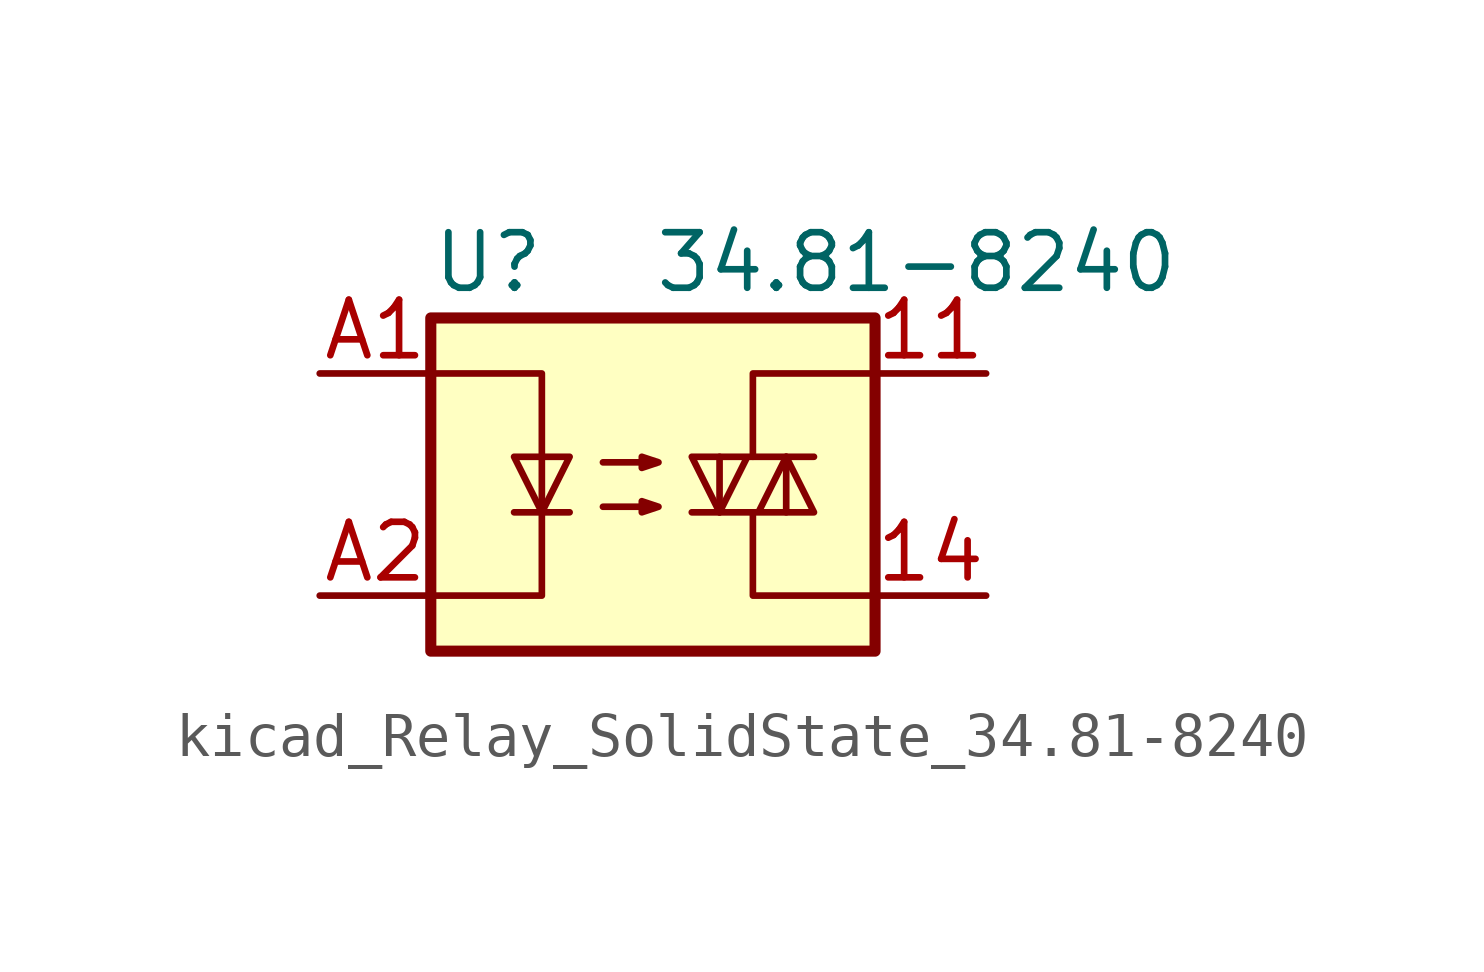
<source format=kicad_sym>
(kicad_symbol_lib
  (version 20220914)
  (generator kicad_symbol_editor)
  (symbol "kicad_Relay_SolidState_34.81-8240"
    (property "Reference" "U"
      (at -5.08 5.08 0)
      (effects (font (size 1.27 1.27)) (justify left)))
    (property "Value" "34.81-8240"
      (at 0 5.08 0)
      (effects (font (size 1.27 1.27)) (justify left)))
    (symbol "kicad_Relay_SolidState_34.81-8240_0_1"
      (rectangle (start -5.08 3.81) (end 5.08 -3.81) (stroke (width 0.254) (type default)) (fill (type background)))
      (polyline (pts (xy -3.175 -0.635) (xy -1.905 -0.635)) (stroke (width 0) (type default)) (fill (type none)))
      (polyline (pts (xy 1.524 -0.635) (xy 1.524 0.635)) (stroke (width 0) (type default)) (fill (type none)))
      (polyline (pts (xy 3.048 0.635) (xy 3.048 -0.635)) (stroke (width 0) (type default)) (fill (type none)))
      (polyline (pts (xy 2.286 -0.635) (xy 2.286 -2.54) (xy 5.08 -2.54)) (stroke (width 0) (type default)) (fill (type none)))
      (polyline (pts (xy 2.286 0.635) (xy 2.286 2.54) (xy 5.08 2.54)) (stroke (width 0) (type default)) (fill (type none)))
      (polyline (pts (xy -5.08 2.54) (xy -2.54 2.54) (xy -2.54 -2.54) (xy -5.08 -2.54)) (stroke (width 0) (type default)) (fill (type none)))
      (polyline (pts (xy -2.54 -0.635) (xy -3.175 0.635) (xy -1.905 0.635) (xy -2.54 -0.635)) (stroke (width 0) (type default)) (fill (type none)))
      (polyline (pts (xy 0.889 -0.635) (xy 3.683 -0.635) (xy 3.048 0.635) (xy 2.413 -0.635)) (stroke (width 0) (type default)) (fill (type none)))
      (polyline (pts (xy 3.683 0.635) (xy 0.889 0.635) (xy 1.524 -0.635) (xy 2.159 0.635)) (stroke (width 0) (type default)) (fill (type none)))
      (polyline (pts (xy -1.143 -0.508) (xy 0.127 -0.508) (xy -0.254 -0.635) (xy -0.254 -0.381) (xy 0.127 -0.508)) (stroke (width 0) (type default)) (fill (type none)))
      (polyline (pts (xy -1.143 0.508) (xy 0.127 0.508) (xy -0.254 0.381) (xy -0.254 0.635) (xy 0.127 0.508)) (stroke (width 0) (type default)) (fill (type none))))
    (symbol "kicad_Relay_SolidState_34.81-8240_1_1"
      (pin passive line (at 7.62 2.54 180) (length 2.54) (name "~" (effects (font (size 1.27 1.27)))) (number "11" (effects (font (size 1.27 1.27)))))
      (pin passive line (at 7.62 -2.54 180) (length 2.54) (name "~" (effects (font (size 1.27 1.27)))) (number "14" (effects (font (size 1.27 1.27)))))
      (pin passive line (at -7.62 2.54 0) (length 2.54) (name "~" (effects (font (size 1.27 1.27)))) (number "A1" (effects (font (size 1.27 1.27)))))
      (pin passive line (at -7.62 -2.54 0) (length 2.54) (name "~" (effects (font (size 1.27 1.27)))) (number "A2" (effects (font (size 1.27 1.27))))))))
</source>
